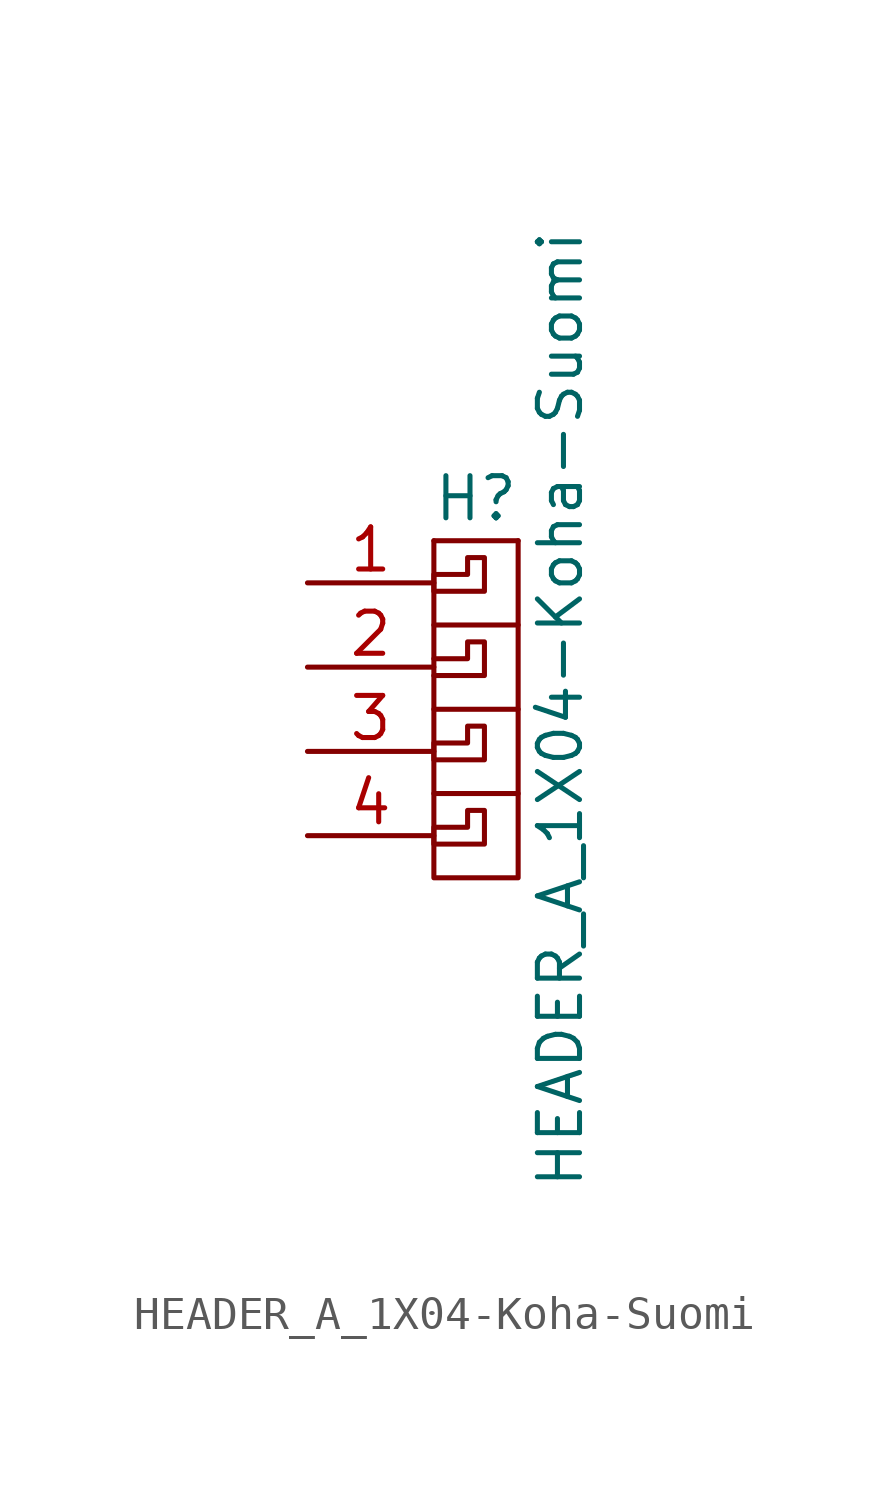
<source format=kicad_sym>
(kicad_symbol_lib
  (version 20220914)
  (generator kicad_symbol_editor)
  (symbol "HEADER_A_1X04-Koha-Suomi"
    (pin_names
      (offset 1.016) hide)
    (property "Reference" "H"
      (at 0 13.97 0)
      (effects (font (size 1.27 1.27))))
    (property "Value" "HEADER_A_1X04-Koha-Suomi"
      (at 2.54 7.62 90)
      (effects (font (size 1.27 1.27))))
    (property "Footprint" ""
      (at 0 0 0)
      (effects (font (size 1.27 1.27))))
    (property "Datasheet" ""
      (at 0 0 0)
      (effects (font (size 1.27 1.27))))
    (symbol "HEADER_A_1X04-Koha-Suomi_0_1"
      (polyline (pts (xy 1.27 12.7) (xy -1.27 12.7)) (stroke (width 0) (type solid)) (fill (type none)))
      (polyline (pts (xy -1.27 5.08) (xy -1.27 2.54) (xy 1.27 2.54) (xy 1.27 5.08)) (stroke (width 0) (type solid)) (fill (type none)))
      (polyline (pts (xy -1.27 7.62) (xy -1.27 5.08) (xy 1.27 5.08) (xy 1.27 7.62)) (stroke (width 0) (type solid)) (fill (type none)))
      (polyline (pts (xy -1.27 10.16) (xy -1.27 7.62) (xy 1.27 7.62) (xy 1.27 10.16)) (stroke (width 0) (type solid)) (fill (type none)))
      (polyline (pts (xy -1.27 12.7) (xy -1.27 10.16) (xy 1.27 10.16) (xy 1.27 12.7)) (stroke (width 0) (type solid)) (fill (type none)))
      (polyline (pts (xy -1.27 9.144) (xy -0.254 9.144) (xy -0.254 9.652) (xy 0.254 9.652) (xy 0.254 8.636) (xy -1.27 8.636)) (stroke (width 0) (type solid)) (fill (type none)))
      (polyline (pts (xy -1.27 6.096) (xy 0.254 6.096) (xy 0.254 7.112) (xy -0.254 7.112) (xy -0.254 6.604) (xy -1.27 6.604) (xy -1.27 6.096)) (stroke (width 0) (type solid)) (fill (type none)))
      (polyline (pts (xy -0.254 12.192) (xy 0.254 12.192) (xy 0.254 11.176) (xy -1.27 11.176) (xy -1.27 11.684) (xy -0.254 11.684) (xy -0.254 12.192)) (stroke (width 0) (type solid)) (fill (type none)))
      (polyline (pts (xy -1.27 3.556) (xy 0.254 3.556) (xy 0.254 4.572) (xy 0 4.572) (xy -0.254 4.572) (xy -0.254 4.064) (xy -1.27 4.064) (xy -1.27 3.556)) (stroke (width 0) (type solid)) (fill (type none))))
    (symbol "HEADER_A_1X04-Koha-Suomi_1_1"
      (pin passive line (at -5.08 11.43 0) (length 3.81) (name "P1" (effects (font (size 1.27 1.27)))) (number "1" (effects (font (size 1.27 1.27)))))
      (pin passive line (at -5.08 8.89 0) (length 3.81) (name "P2" (effects (font (size 1.27 1.27)))) (number "2" (effects (font (size 1.27 1.27)))))
      (pin passive line (at -5.08 6.35 0) (length 3.81) (name "P3" (effects (font (size 1.27 1.27)))) (number "3" (effects (font (size 1.27 1.27)))))
      (pin passive line (at -5.08 3.81 0) (length 3.81) (name "P4" (effects (font (size 1.27 1.27)))) (number "4" (effects (font (size 1.27 1.27))))))))
</source>
